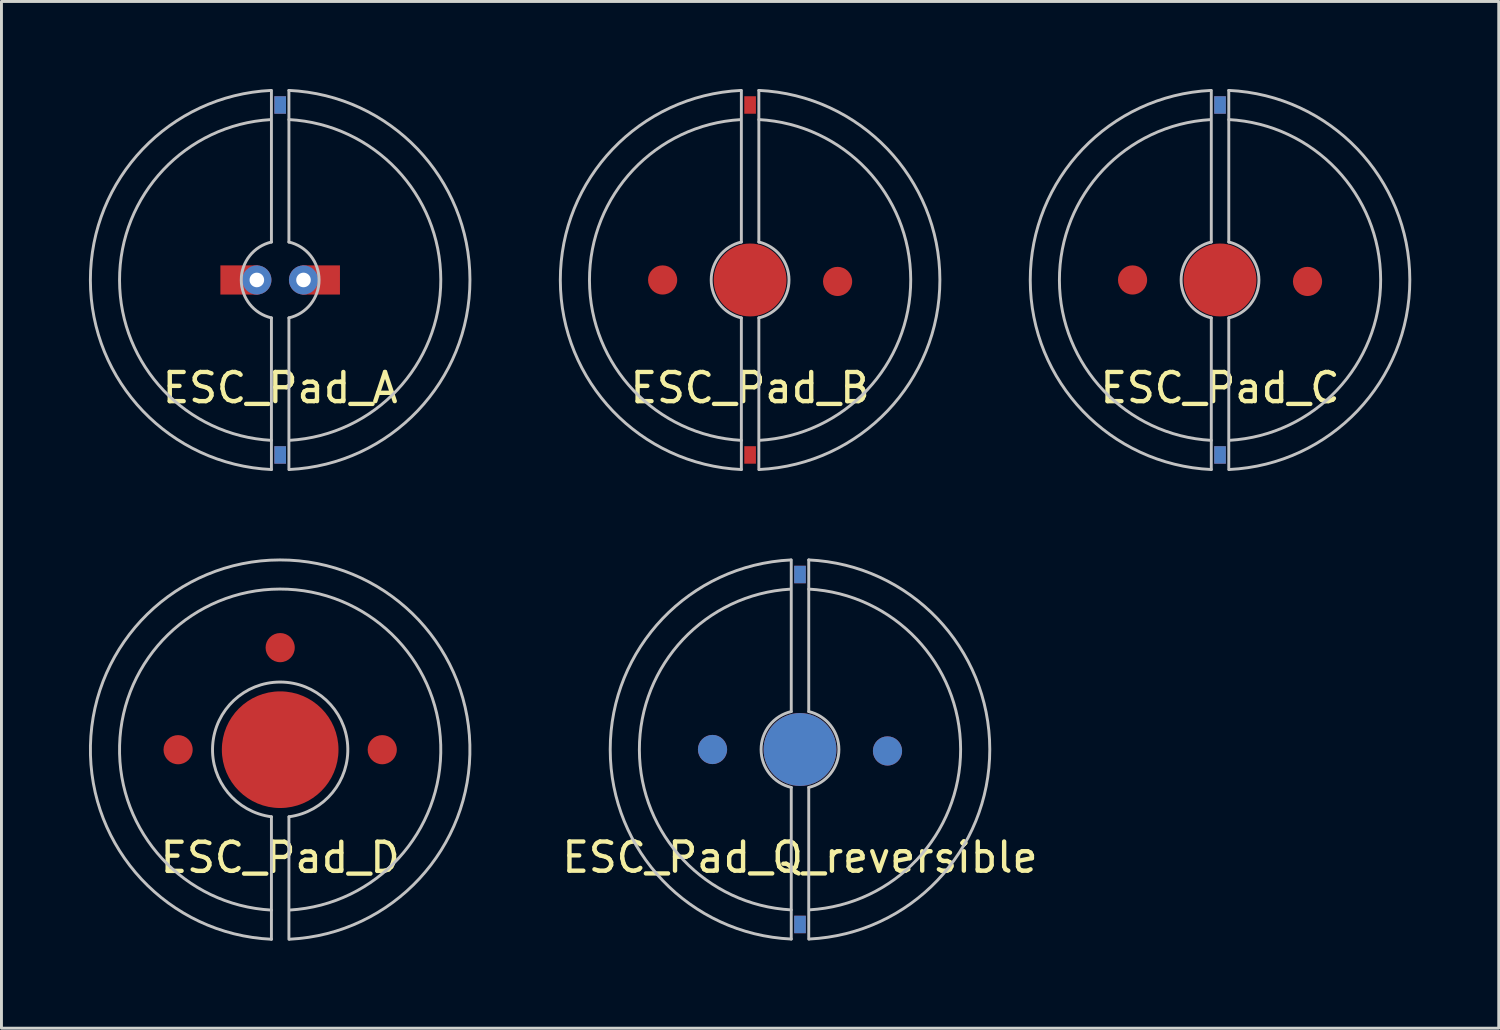
<source format=kicad_pcb>
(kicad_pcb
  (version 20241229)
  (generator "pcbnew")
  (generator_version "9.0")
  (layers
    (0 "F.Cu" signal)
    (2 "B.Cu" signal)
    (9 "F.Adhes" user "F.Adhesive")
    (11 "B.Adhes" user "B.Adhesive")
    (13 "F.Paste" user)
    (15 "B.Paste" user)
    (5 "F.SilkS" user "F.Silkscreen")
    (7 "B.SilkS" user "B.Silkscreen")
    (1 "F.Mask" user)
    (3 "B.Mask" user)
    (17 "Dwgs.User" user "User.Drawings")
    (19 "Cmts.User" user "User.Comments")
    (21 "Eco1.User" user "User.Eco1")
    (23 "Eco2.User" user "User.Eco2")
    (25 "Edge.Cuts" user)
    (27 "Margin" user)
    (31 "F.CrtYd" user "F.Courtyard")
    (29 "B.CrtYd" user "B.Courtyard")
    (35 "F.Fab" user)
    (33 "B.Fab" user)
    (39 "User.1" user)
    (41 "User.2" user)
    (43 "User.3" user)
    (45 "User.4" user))
  (footprint "ESC_Pad_Q_reversible"
    (layer "F.Cu")
    (at 24.382 22.65)
    (property "Reference" "ESC_Pad_Q_reversible" (at 0 3.7 0) (layer "F.SilkS") (effects (font (size 1 1) (thickness 0.15))))
    (attr through_hole)
    (fp_line (start -0.3 -6.5) (end -0.3 -1.3) (stroke (width 0.1) (type solid)) (layer "Dwgs.User"))
    (fp_line (start -0.3 1.3) (end -0.3 6.5) (stroke (width 0.1) (type solid)) (layer "Dwgs.User"))
    (fp_line (start 0.3 -1.3) (end 0.3 -6.5) (stroke (width 0.1) (type solid)) (layer "Dwgs.User"))
    (fp_line (start 0.3 6.5) (end 0.3 1.3) (stroke (width 0.1) (type solid)) (layer "Dwgs.User"))
    (fp_arc (start -0.3 1.3) (mid -1.334166 0.000125) (end -0.300244 -1.299944) (stroke (width 0.1) (type solid)) (layer "Dwgs.User"))
    (fp_arc (start -0.3 5.5) (mid -5.508162 0.012293) (end -0.324546 -5.498606) (stroke (width 0.1) (type solid)) (layer "Dwgs.User"))
    (fp_arc (start -0.3 6.5) (mid -6.506916 0.006525) (end -0.313035 -6.499385) (stroke (width 0.1) (type solid)) (layer "Dwgs.User"))
    (fp_arc (start 0.3 -6.5) (mid 6.506916 -0.006525) (end 0.313035 6.499385) (stroke (width 0.1) (type solid)) (layer "Dwgs.User"))
    (fp_arc (start 0.3 -5.5) (mid 5.508162 -0.012293) (end 0.324546 5.498606) (stroke (width 0.1) (type solid)) (layer "Dwgs.User"))
    (fp_arc (start 0.3 -1.3) (mid 1.334166 -0.000125) (end 0.300244 1.299944) (stroke (width 0.1) (type solid)) (layer "Dwgs.User"))
    (pad "0" smd rect (at 0 -6) (size 0.4 0.6) (layers "F.Cu"))
    (pad "0" smd rect (at 0 -6) (size 0.4 0.6) (layers "B.Cu"))
    (pad "0" smd circle (at 0 0) (size 2.5 2.5) (layers "F.Cu"))
    (pad "0" smd circle (at 0 0) (size 2.5 2.5) (layers "B.Cu"))
    (pad "0" smd rect (at 0 6) (size 0.4 0.6) (layers "F.Cu"))
    (pad "0" smd rect (at 0 6) (size 0.4 0.6) (layers "B.Cu"))
    (pad "1" smd circle (at -3 0) (size 1 1) (layers "F.Cu"))
    (pad "2" smd circle (at 3 0.05) (size 1 1) (layers "F.Cu"))
    (pad "3" smd circle (at -3 0) (size 1 1) (layers "B.Cu"))
    (pad "4" smd circle (at 3 0.05) (size 1 1) (layers "B.Cu")))
  (footprint "ESC_Pad_B"
    (layer "F.Cu")
    (at 22.671 6.55)
    (property "Reference" "ESC_Pad_B" (at 0 3.7 0) (layer "F.SilkS") (effects (font (size 1 1) (thickness 0.15))))
    (attr through_hole)
    (fp_line (start -0.3 -6.5) (end -0.3 -1.3) (stroke (width 0.1) (type solid)) (layer "Dwgs.User"))
    (fp_line (start -0.3 1.3) (end -0.3 6.5) (stroke (width 0.1) (type solid)) (layer "Dwgs.User"))
    (fp_line (start 0.3 -1.3) (end 0.3 -6.5) (stroke (width 0.1) (type solid)) (layer "Dwgs.User"))
    (fp_line (start 0.3 6.5) (end 0.3 1.3) (stroke (width 0.1) (type solid)) (layer "Dwgs.User"))
    (fp_arc (start -0.3 1.3) (mid -1.334166 0.000125) (end -0.300244 -1.299944) (stroke (width 0.1) (type solid)) (layer "Dwgs.User"))
    (fp_arc (start -0.3 5.5) (mid -5.508162 0.012293) (end -0.324546 -5.498606) (stroke (width 0.1) (type solid)) (layer "Dwgs.User"))
    (fp_arc (start -0.3 6.5) (mid -6.506916 0.006525) (end -0.313035 -6.499385) (stroke (width 0.1) (type solid)) (layer "Dwgs.User"))
    (fp_arc (start 0.3 -6.5) (mid 6.506916 -0.006525) (end 0.313035 6.499385) (stroke (width 0.1) (type solid)) (layer "Dwgs.User"))
    (fp_arc (start 0.3 -5.5) (mid 5.508162 -0.012293) (end 0.324546 5.498606) (stroke (width 0.1) (type solid)) (layer "Dwgs.User"))
    (fp_arc (start 0.3 -1.3) (mid 1.334166 -0.000125) (end 0.300244 1.299944) (stroke (width 0.1) (type solid)) (layer "Dwgs.User"))
    (pad "0" smd rect (at 0 -6) (size 0.4 0.6) (layers "F.Cu"))
    (pad "0" smd circle (at 0 0) (size 2.5 2.5) (layers "F.Cu"))
    (pad "0" smd rect (at 0 6) (size 0.4 0.6) (layers "F.Cu"))
    (pad "1" smd circle (at -3 0) (size 1 1) (layers "F.Cu"))
    (pad "2" smd circle (at 3 0.05) (size 1 1) (layers "F.Cu")))
  (footprint "ESC_Pad_D"
    (layer "F.Cu")
    (at 6.557 22.657)
    (property "Reference" "ESC_Pad_D" (at 0 3.7 0) (layer "F.SilkS") (effects (font (size 1 1) (thickness 0.15))))
    (attr through_hole)
    (fp_line (start -0.3 6.5) (end -0.3 2.3) (stroke (width 0.1) (type solid)) (layer "Dwgs.User"))
    (fp_line (start 0.3 2.3) (end 0.3 6.5) (stroke (width 0.1) (type solid)) (layer "Dwgs.User"))
    (fp_arc (start -0.3 2.3) (mid -0.002777 -2.319481) (end 0.305506 2.299275) (stroke (width 0.1) (type solid)) (layer "Dwgs.User"))
    (fp_arc (start -0.3 5.5) (mid -0.012293 -5.508162) (end 0.324546 5.498606) (stroke (width 0.1) (type solid)) (layer "Dwgs.User"))
    (fp_arc (start -0.3 6.5) (mid -0.012204 -6.506908) (end 0.324379 6.498829) (stroke (width 0.1) (type solid)) (layer "Dwgs.User"))
    (pad "1" smd circle (at 0 0) (size 4 4) (layers "F.Cu"))
    (pad "2" smd circle (at -3.5 0) (size 1 1) (layers "F.Cu"))
    (pad "2" smd circle (at 0 -3.5) (size 1 1) (layers "F.Cu"))
    (pad "2" smd circle (at 3.5 0) (size 1 1) (layers "F.Cu")))
  (footprint "ESC_Pad_A"
    (layer "F.Cu")
    (at 6.557 6.55)
    (property "Reference" "ESC_Pad_A" (at 0 3.7 0) (layer "F.SilkS") (effects (font (size 1 1) (thickness 0.15))))
    (attr through_hole)
    (fp_line (start -0.3 -6.5) (end -0.3 -1.3) (stroke (width 0.1) (type solid)) (layer "Dwgs.User"))
    (fp_line (start -0.3 1.3) (end -0.3 6.5) (stroke (width 0.1) (type solid)) (layer "Dwgs.User"))
    (fp_line (start 0.3 -1.3) (end 0.3 -6.5) (stroke (width 0.1) (type solid)) (layer "Dwgs.User"))
    (fp_line (start 0.3 6.5) (end 0.3 1.3) (stroke (width 0.1) (type solid)) (layer "Dwgs.User"))
    (fp_arc (start -0.3 1.3) (mid -1.334166 0.000125) (end -0.300244 -1.299944) (stroke (width 0.1) (type solid)) (layer "Dwgs.User"))
    (fp_arc (start -0.3 5.5) (mid -5.508162 0.012293) (end -0.324546 -5.498606) (stroke (width 0.1) (type solid)) (layer "Dwgs.User"))
    (fp_arc (start -0.3 6.5) (mid -6.506916 0.006525) (end -0.313035 -6.499385) (stroke (width 0.1) (type solid)) (layer "Dwgs.User"))
    (fp_arc (start 0.3 -6.5) (mid 6.506916 -0.006525) (end 0.313035 6.499385) (stroke (width 0.1) (type solid)) (layer "Dwgs.User"))
    (fp_arc (start 0.3 -5.5) (mid 5.508162 -0.012293) (end 0.324546 5.498606) (stroke (width 0.1) (type solid)) (layer "Dwgs.User"))
    (fp_arc (start 0.3 -1.3) (mid 1.334166 -0.000125) (end 0.300244 1.299944) (stroke (width 0.1) (type solid)) (layer "Dwgs.User"))
    (pad "0" smd rect (at 0 -6) (size 0.4 0.6) (layers "F.Cu"))
    (pad "0" smd rect (at 0 -6) (size 0.4 0.6) (layers "B.Cu"))
    (pad "0" smd rect (at 0 6) (size 0.4 0.6) (layers "F.Cu"))
    (pad "0" smd rect (at 0 6) (size 0.4 0.6) (layers "B.Cu"))
    (pad "1" smd rect (at -1.4 0) (size 1.3 1) (layers "F.Cu"))
    (pad "1" thru_hole circle (at -0.8 0) (size 1 1) (drill 0.5) (layers "*.Cu" "*.Mask"))
    (pad "2" thru_hole circle (at 0.8 0) (size 1 1) (drill 0.5) (layers "*.Cu" "*.Mask"))
    (pad "2" smd rect (at 1.4 0) (size 1.3 1) (layers "F.Cu")))
  (footprint "ESC_Pad_C"
    (layer "F.Cu")
    (at 38.785 6.55)
    (property "Reference" "ESC_Pad_C" (at 0 3.7 0) (layer "F.SilkS") (effects (font (size 1 1) (thickness 0.15))))
    (attr through_hole)
    (fp_line (start -0.3 -6.5) (end -0.3 -1.3) (stroke (width 0.1) (type solid)) (layer "Dwgs.User"))
    (fp_line (start -0.3 1.3) (end -0.3 6.5) (stroke (width 0.1) (type solid)) (layer "Dwgs.User"))
    (fp_line (start 0.3 -1.3) (end 0.3 -6.5) (stroke (width 0.1) (type solid)) (layer "Dwgs.User"))
    (fp_line (start 0.3 6.5) (end 0.3 1.3) (stroke (width 0.1) (type solid)) (layer "Dwgs.User"))
    (fp_arc (start -0.3 1.3) (mid -1.334166 0.000125) (end -0.300244 -1.299944) (stroke (width 0.1) (type solid)) (layer "Dwgs.User"))
    (fp_arc (start -0.3 5.5) (mid -5.508162 0.012293) (end -0.324546 -5.498606) (stroke (width 0.1) (type solid)) (layer "Dwgs.User"))
    (fp_arc (start -0.3 6.5) (mid -6.506916 0.006525) (end -0.313035 -6.499385) (stroke (width 0.1) (type solid)) (layer "Dwgs.User"))
    (fp_arc (start 0.3 -6.5) (mid 6.506916 -0.006525) (end 0.313035 6.499385) (stroke (width 0.1) (type solid)) (layer "Dwgs.User"))
    (fp_arc (start 0.3 -5.5) (mid 5.508162 -0.012293) (end 0.324546 5.498606) (stroke (width 0.1) (type solid)) (layer "Dwgs.User"))
    (fp_arc (start 0.3 -1.3) (mid 1.334166 -0.000125) (end 0.300244 1.299944) (stroke (width 0.1) (type solid)) (layer "Dwgs.User"))
    (pad "0" smd rect (at 0 -6) (size 0.4 0.6) (layers "F.Cu"))
    (pad "0" smd rect (at 0 -6) (size 0.4 0.6) (layers "B.Cu"))
    (pad "0" smd circle (at 0 0) (size 2.5 2.5) (layers "F.Cu"))
    (pad "0" smd rect (at 0 6) (size 0.4 0.6) (layers "F.Cu"))
    (pad "0" smd rect (at 0 6) (size 0.4 0.6) (layers "B.Cu"))
    (pad "1" smd circle (at -3 0) (size 1 1) (layers "F.Cu"))
    (pad "2" smd circle (at 3 0.05) (size 1 1) (layers "F.Cu")))
  (gr_rect
    (start -3 -3)
    (end 48.342 32.207)
    (stroke (width 0.1) (type default))
    (fill no)
    (layer "Edge.Cuts")))
</source>
